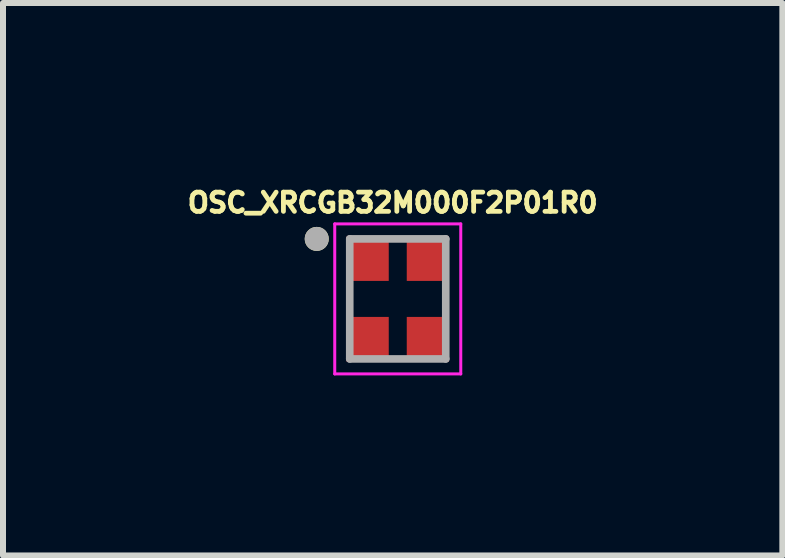
<source format=kicad_pcb>
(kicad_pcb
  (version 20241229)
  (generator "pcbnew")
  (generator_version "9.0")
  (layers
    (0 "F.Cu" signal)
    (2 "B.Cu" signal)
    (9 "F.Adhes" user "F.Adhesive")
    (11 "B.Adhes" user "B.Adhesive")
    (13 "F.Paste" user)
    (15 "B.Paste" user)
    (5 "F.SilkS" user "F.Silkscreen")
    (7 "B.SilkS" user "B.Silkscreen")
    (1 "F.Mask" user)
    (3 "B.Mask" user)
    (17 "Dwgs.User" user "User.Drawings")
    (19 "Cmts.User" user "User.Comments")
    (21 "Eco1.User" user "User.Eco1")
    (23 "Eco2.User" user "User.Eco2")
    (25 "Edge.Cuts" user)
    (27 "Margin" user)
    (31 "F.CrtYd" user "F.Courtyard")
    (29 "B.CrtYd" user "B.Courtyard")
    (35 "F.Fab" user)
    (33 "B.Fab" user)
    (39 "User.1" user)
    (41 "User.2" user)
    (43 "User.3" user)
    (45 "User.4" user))
  (footprint "OSC_XRCGB32M000F2P01R0"
    (layer "F.Cu")
    (at 3.578 1.931)
    (property "Reference" "OSC_XRCGB32M000F2P01R0" (at -0.084 -1.603 0) (layer "F.SilkS") (effects (font (size 0.32 0.32) (thickness 0.15))))
    (attr smd)
    (fp_circle (center -1.35 -1) (end -1.25 -1) (stroke (width 0.2) (type solid)) (fill no) (layer "F.SilkS"))
    (fp_line (start -1.05 -1.25) (end 1.05 -1.25) (stroke (width 0.05) (type solid)) (layer "F.CrtYd"))
    (fp_line (start -1.05 1.25) (end -1.05 -1.25) (stroke (width 0.05) (type solid)) (layer "F.CrtYd"))
    (fp_line (start 1.05 -1.25) (end 1.05 1.25) (stroke (width 0.05) (type solid)) (layer "F.CrtYd"))
    (fp_line (start 1.05 1.25) (end -1.05 1.25) (stroke (width 0.05) (type solid)) (layer "F.CrtYd"))
    (fp_line (start -0.8 -1) (end 0.8 -1) (stroke (width 0.127) (type solid)) (layer "F.Fab"))
    (fp_line (start -0.8 1) (end -0.8 -1) (stroke (width 0.127) (type solid)) (layer "F.Fab"))
    (fp_line (start 0.8 -1) (end 0.8 1) (stroke (width 0.127) (type solid)) (layer "F.Fab"))
    (fp_line (start 0.8 1) (end -0.8 1) (stroke (width 0.127) (type solid)) (layer "F.Fab"))
    (fp_circle (center -1.35 -1) (end -1.25 -1) (stroke (width 0.2) (type solid)) (fill no) (layer "F.Fab"))
    (pad "1" smd rect (at -0.5 -0.675) (size 0.7 0.75) (layers "F.Cu" "F.Mask" "F.Paste"))
    (pad "2" smd rect (at -0.5 0.675) (size 0.7 0.75) (layers "F.Cu" "F.Mask" "F.Paste"))
    (pad "3" smd rect (at 0.5 0.675) (size 0.7 0.75) (layers "F.Cu" "F.Mask" "F.Paste"))
    (pad "4" smd rect (at 0.5 -0.675) (size 0.7 0.75) (layers "F.Cu" "F.Mask" "F.Paste")))
  (gr_rect
    (start -3 -3)
    (end 9.987 6.206)
    (stroke (width 0.1) (type default))
    (fill no)
    (layer "Edge.Cuts")))
</source>
